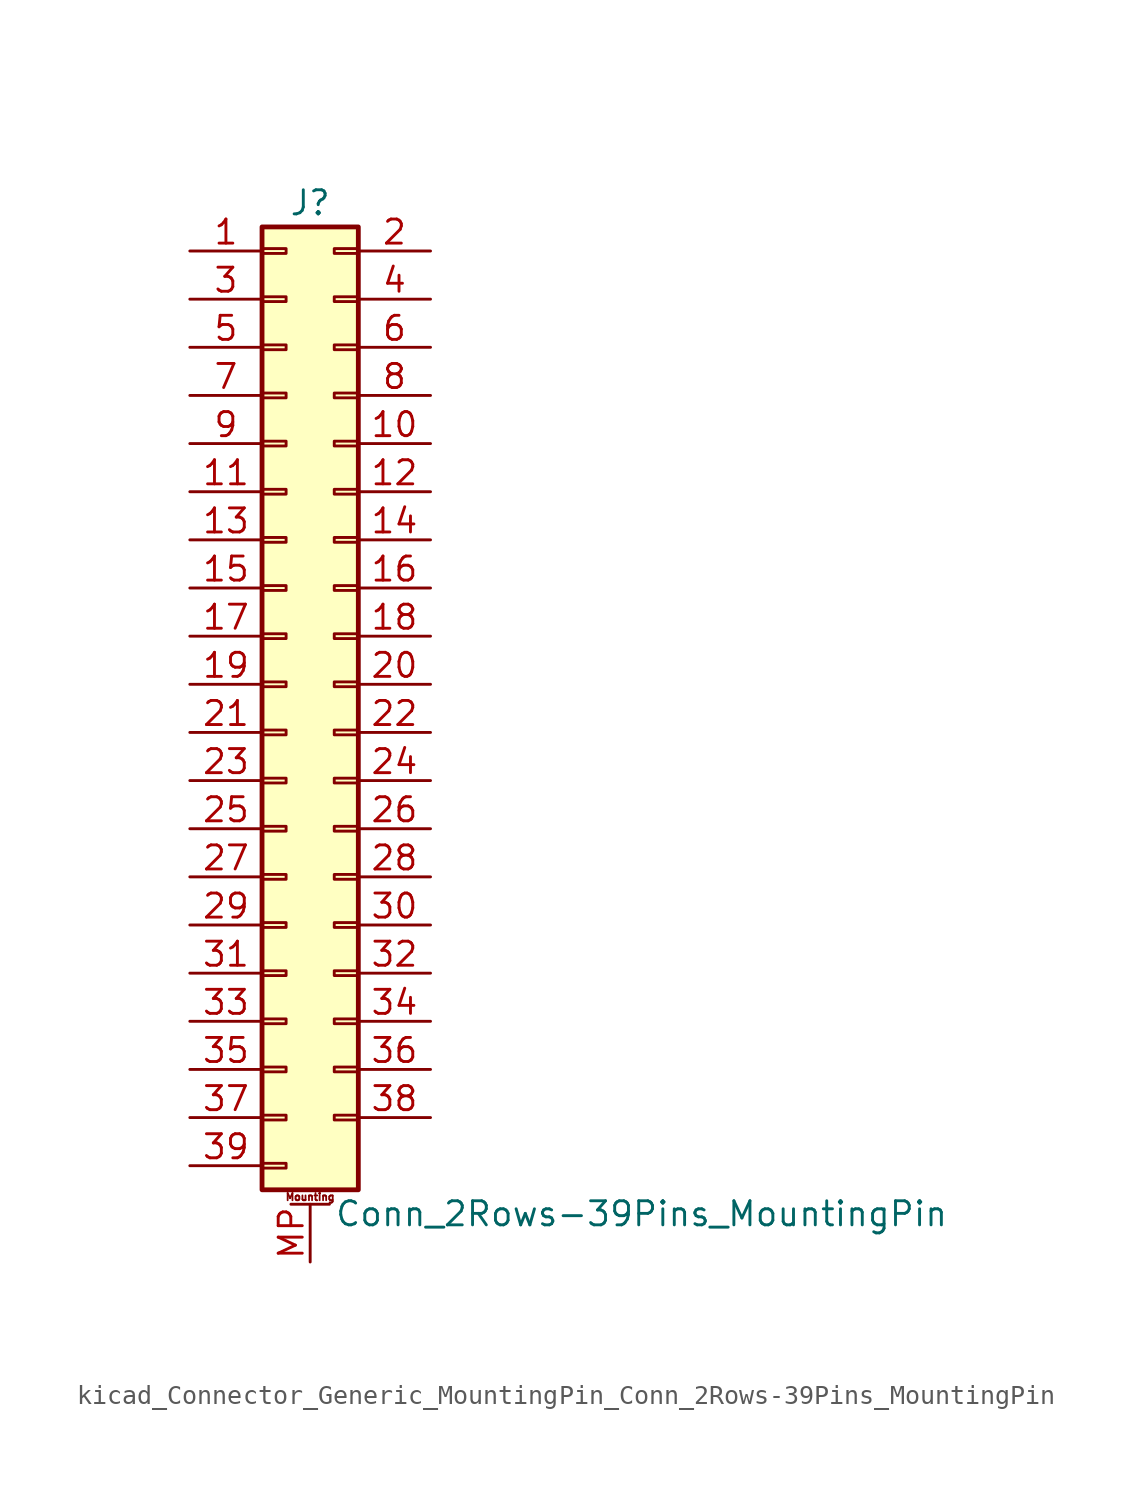
<source format=kicad_sym>
(kicad_symbol_lib
  (version 20220914)
  (generator kicad_symbol_editor)
  (symbol "kicad_Connector_Generic_MountingPin_Conn_2Rows-39Pins_MountingPin"
    (pin_names
      (offset 1.016) hide)
    (property "Reference" "J"
      (at 1.27 25.4 0)
      (effects (font (size 1.27 1.27))))
    (property "Value" "Conn_2Rows-39Pins_MountingPin"
      (at 2.54 -27.94 0)
      (effects (font (size 1.27 1.27)) (justify left)))
    (symbol "kicad_Connector_Generic_MountingPin_Conn_2Rows-39Pins_MountingPin_1_1"
      (rectangle (start -1.27 -25.273) (end 0 -25.527) (stroke (width 0.152) (type default)) (fill (type none)))
      (rectangle (start -1.27 -22.733) (end 0 -22.987) (stroke (width 0.152) (type default)) (fill (type none)))
      (rectangle (start -1.27 -20.193) (end 0 -20.447) (stroke (width 0.152) (type default)) (fill (type none)))
      (rectangle (start -1.27 -17.653) (end 0 -17.907) (stroke (width 0.152) (type default)) (fill (type none)))
      (rectangle (start -1.27 -15.113) (end 0 -15.367) (stroke (width 0.152) (type default)) (fill (type none)))
      (rectangle (start -1.27 -12.573) (end 0 -12.827) (stroke (width 0.152) (type default)) (fill (type none)))
      (rectangle (start -1.27 -10.033) (end 0 -10.287) (stroke (width 0.152) (type default)) (fill (type none)))
      (rectangle (start -1.27 -7.493) (end 0 -7.747) (stroke (width 0.152) (type default)) (fill (type none)))
      (rectangle (start -1.27 -4.953) (end 0 -5.207) (stroke (width 0.152) (type default)) (fill (type none)))
      (rectangle (start -1.27 -2.413) (end 0 -2.667) (stroke (width 0.152) (type default)) (fill (type none)))
      (rectangle (start -1.27 0.127) (end 0 -0.127) (stroke (width 0.152) (type default)) (fill (type none)))
      (rectangle (start -1.27 2.667) (end 0 2.413) (stroke (width 0.152) (type default)) (fill (type none)))
      (rectangle (start -1.27 5.207) (end 0 4.953) (stroke (width 0.152) (type default)) (fill (type none)))
      (rectangle (start -1.27 7.747) (end 0 7.493) (stroke (width 0.152) (type default)) (fill (type none)))
      (rectangle (start -1.27 10.287) (end 0 10.033) (stroke (width 0.152) (type default)) (fill (type none)))
      (rectangle (start -1.27 12.827) (end 0 12.573) (stroke (width 0.152) (type default)) (fill (type none)))
      (rectangle (start -1.27 15.367) (end 0 15.113) (stroke (width 0.152) (type default)) (fill (type none)))
      (rectangle (start -1.27 17.907) (end 0 17.653) (stroke (width 0.152) (type default)) (fill (type none)))
      (rectangle (start -1.27 20.447) (end 0 20.193) (stroke (width 0.152) (type default)) (fill (type none)))
      (rectangle (start -1.27 22.987) (end 0 22.733) (stroke (width 0.152) (type default)) (fill (type none)))
      (rectangle (start -1.27 24.13) (end 3.81 -26.67) (stroke (width 0.254) (type default)) (fill (type background)))
      (polyline (pts (xy 0.254 -27.432) (xy 2.286 -27.432)) (stroke (width 0.152) (type default)) (fill (type none)))
      (rectangle (start 3.81 -22.733) (end 2.54 -22.987) (stroke (width 0.152) (type default)) (fill (type none)))
      (rectangle (start 3.81 -20.193) (end 2.54 -20.447) (stroke (width 0.152) (type default)) (fill (type none)))
      (rectangle (start 3.81 -17.653) (end 2.54 -17.907) (stroke (width 0.152) (type default)) (fill (type none)))
      (rectangle (start 3.81 -15.113) (end 2.54 -15.367) (stroke (width 0.152) (type default)) (fill (type none)))
      (rectangle (start 3.81 -12.573) (end 2.54 -12.827) (stroke (width 0.152) (type default)) (fill (type none)))
      (rectangle (start 3.81 -10.033) (end 2.54 -10.287) (stroke (width 0.152) (type default)) (fill (type none)))
      (rectangle (start 3.81 -7.493) (end 2.54 -7.747) (stroke (width 0.152) (type default)) (fill (type none)))
      (rectangle (start 3.81 -4.953) (end 2.54 -5.207) (stroke (width 0.152) (type default)) (fill (type none)))
      (rectangle (start 3.81 -2.413) (end 2.54 -2.667) (stroke (width 0.152) (type default)) (fill (type none)))
      (rectangle (start 3.81 0.127) (end 2.54 -0.127) (stroke (width 0.152) (type default)) (fill (type none)))
      (rectangle (start 3.81 2.667) (end 2.54 2.413) (stroke (width 0.152) (type default)) (fill (type none)))
      (rectangle (start 3.81 5.207) (end 2.54 4.953) (stroke (width 0.152) (type default)) (fill (type none)))
      (rectangle (start 3.81 7.747) (end 2.54 7.493) (stroke (width 0.152) (type default)) (fill (type none)))
      (rectangle (start 3.81 10.287) (end 2.54 10.033) (stroke (width 0.152) (type default)) (fill (type none)))
      (rectangle (start 3.81 12.827) (end 2.54 12.573) (stroke (width 0.152) (type default)) (fill (type none)))
      (rectangle (start 3.81 15.367) (end 2.54 15.113) (stroke (width 0.152) (type default)) (fill (type none)))
      (rectangle (start 3.81 17.907) (end 2.54 17.653) (stroke (width 0.152) (type default)) (fill (type none)))
      (rectangle (start 3.81 20.447) (end 2.54 20.193) (stroke (width 0.152) (type default)) (fill (type none)))
      (rectangle (start 3.81 22.987) (end 2.54 22.733) (stroke (width 0.152) (type default)) (fill (type none)))
      (text "Mounting" (at 1.27 -27.051 0) (effects (font (size 0.381 0.381))))
      (pin passive line (at -5.08 22.86 0) (length 3.81) (name "Pin_1" (effects (font (size 1.27 1.27)))) (number "1" (effects (font (size 1.27 1.27)))))
      (pin passive line (at 7.62 12.7 180) (length 3.81) (name "Pin_10" (effects (font (size 1.27 1.27)))) (number "10" (effects (font (size 1.27 1.27)))))
      (pin passive line (at -5.08 10.16 0) (length 3.81) (name "Pin_11" (effects (font (size 1.27 1.27)))) (number "11" (effects (font (size 1.27 1.27)))))
      (pin passive line (at 7.62 10.16 180) (length 3.81) (name "Pin_12" (effects (font (size 1.27 1.27)))) (number "12" (effects (font (size 1.27 1.27)))))
      (pin passive line (at -5.08 7.62 0) (length 3.81) (name "Pin_13" (effects (font (size 1.27 1.27)))) (number "13" (effects (font (size 1.27 1.27)))))
      (pin passive line (at 7.62 7.62 180) (length 3.81) (name "Pin_14" (effects (font (size 1.27 1.27)))) (number "14" (effects (font (size 1.27 1.27)))))
      (pin passive line (at -5.08 5.08 0) (length 3.81) (name "Pin_15" (effects (font (size 1.27 1.27)))) (number "15" (effects (font (size 1.27 1.27)))))
      (pin passive line (at 7.62 5.08 180) (length 3.81) (name "Pin_16" (effects (font (size 1.27 1.27)))) (number "16" (effects (font (size 1.27 1.27)))))
      (pin passive line (at -5.08 2.54 0) (length 3.81) (name "Pin_17" (effects (font (size 1.27 1.27)))) (number "17" (effects (font (size 1.27 1.27)))))
      (pin passive line (at 7.62 2.54 180) (length 3.81) (name "Pin_18" (effects (font (size 1.27 1.27)))) (number "18" (effects (font (size 1.27 1.27)))))
      (pin passive line (at -5.08 0 0) (length 3.81) (name "Pin_19" (effects (font (size 1.27 1.27)))) (number "19" (effects (font (size 1.27 1.27)))))
      (pin passive line (at 7.62 22.86 180) (length 3.81) (name "Pin_2" (effects (font (size 1.27 1.27)))) (number "2" (effects (font (size 1.27 1.27)))))
      (pin passive line (at 7.62 0 180) (length 3.81) (name "Pin_20" (effects (font (size 1.27 1.27)))) (number "20" (effects (font (size 1.27 1.27)))))
      (pin passive line (at -5.08 -2.54 0) (length 3.81) (name "Pin_21" (effects (font (size 1.27 1.27)))) (number "21" (effects (font (size 1.27 1.27)))))
      (pin passive line (at 7.62 -2.54 180) (length 3.81) (name "Pin_22" (effects (font (size 1.27 1.27)))) (number "22" (effects (font (size 1.27 1.27)))))
      (pin passive line (at -5.08 -5.08 0) (length 3.81) (name "Pin_23" (effects (font (size 1.27 1.27)))) (number "23" (effects (font (size 1.27 1.27)))))
      (pin passive line (at 7.62 -5.08 180) (length 3.81) (name "Pin_24" (effects (font (size 1.27 1.27)))) (number "24" (effects (font (size 1.27 1.27)))))
      (pin passive line (at -5.08 -7.62 0) (length 3.81) (name "Pin_25" (effects (font (size 1.27 1.27)))) (number "25" (effects (font (size 1.27 1.27)))))
      (pin passive line (at 7.62 -7.62 180) (length 3.81) (name "Pin_26" (effects (font (size 1.27 1.27)))) (number "26" (effects (font (size 1.27 1.27)))))
      (pin passive line (at -5.08 -10.16 0) (length 3.81) (name "Pin_27" (effects (font (size 1.27 1.27)))) (number "27" (effects (font (size 1.27 1.27)))))
      (pin passive line (at 7.62 -10.16 180) (length 3.81) (name "Pin_28" (effects (font (size 1.27 1.27)))) (number "28" (effects (font (size 1.27 1.27)))))
      (pin passive line (at -5.08 -12.7 0) (length 3.81) (name "Pin_29" (effects (font (size 1.27 1.27)))) (number "29" (effects (font (size 1.27 1.27)))))
      (pin passive line (at -5.08 20.32 0) (length 3.81) (name "Pin_3" (effects (font (size 1.27 1.27)))) (number "3" (effects (font (size 1.27 1.27)))))
      (pin passive line (at 7.62 -12.7 180) (length 3.81) (name "Pin_30" (effects (font (size 1.27 1.27)))) (number "30" (effects (font (size 1.27 1.27)))))
      (pin passive line (at -5.08 -15.24 0) (length 3.81) (name "Pin_31" (effects (font (size 1.27 1.27)))) (number "31" (effects (font (size 1.27 1.27)))))
      (pin passive line (at 7.62 -15.24 180) (length 3.81) (name "Pin_32" (effects (font (size 1.27 1.27)))) (number "32" (effects (font (size 1.27 1.27)))))
      (pin passive line (at -5.08 -17.78 0) (length 3.81) (name "Pin_33" (effects (font (size 1.27 1.27)))) (number "33" (effects (font (size 1.27 1.27)))))
      (pin passive line (at 7.62 -17.78 180) (length 3.81) (name "Pin_34" (effects (font (size 1.27 1.27)))) (number "34" (effects (font (size 1.27 1.27)))))
      (pin passive line (at -5.08 -20.32 0) (length 3.81) (name "Pin_35" (effects (font (size 1.27 1.27)))) (number "35" (effects (font (size 1.27 1.27)))))
      (pin passive line (at 7.62 -20.32 180) (length 3.81) (name "Pin_36" (effects (font (size 1.27 1.27)))) (number "36" (effects (font (size 1.27 1.27)))))
      (pin passive line (at -5.08 -22.86 0) (length 3.81) (name "Pin_37" (effects (font (size 1.27 1.27)))) (number "37" (effects (font (size 1.27 1.27)))))
      (pin passive line (at 7.62 -22.86 180) (length 3.81) (name "Pin_38" (effects (font (size 1.27 1.27)))) (number "38" (effects (font (size 1.27 1.27)))))
      (pin passive line (at -5.08 -25.4 0) (length 3.81) (name "Pin_39" (effects (font (size 1.27 1.27)))) (number "39" (effects (font (size 1.27 1.27)))))
      (pin passive line (at 7.62 20.32 180) (length 3.81) (name "Pin_4" (effects (font (size 1.27 1.27)))) (number "4" (effects (font (size 1.27 1.27)))))
      (pin passive line (at -5.08 17.78 0) (length 3.81) (name "Pin_5" (effects (font (size 1.27 1.27)))) (number "5" (effects (font (size 1.27 1.27)))))
      (pin passive line (at 7.62 17.78 180) (length 3.81) (name "Pin_6" (effects (font (size 1.27 1.27)))) (number "6" (effects (font (size 1.27 1.27)))))
      (pin passive line (at -5.08 15.24 0) (length 3.81) (name "Pin_7" (effects (font (size 1.27 1.27)))) (number "7" (effects (font (size 1.27 1.27)))))
      (pin passive line (at 7.62 15.24 180) (length 3.81) (name "Pin_8" (effects (font (size 1.27 1.27)))) (number "8" (effects (font (size 1.27 1.27)))))
      (pin passive line (at -5.08 12.7 0) (length 3.81) (name "Pin_9" (effects (font (size 1.27 1.27)))) (number "9" (effects (font (size 1.27 1.27)))))
      (pin passive line (at 1.27 -30.48 90) (length 3.048) (name "MountPin" (effects (font (size 1.27 1.27)))) (number "MP" (effects (font (size 1.27 1.27))))))))
</source>
